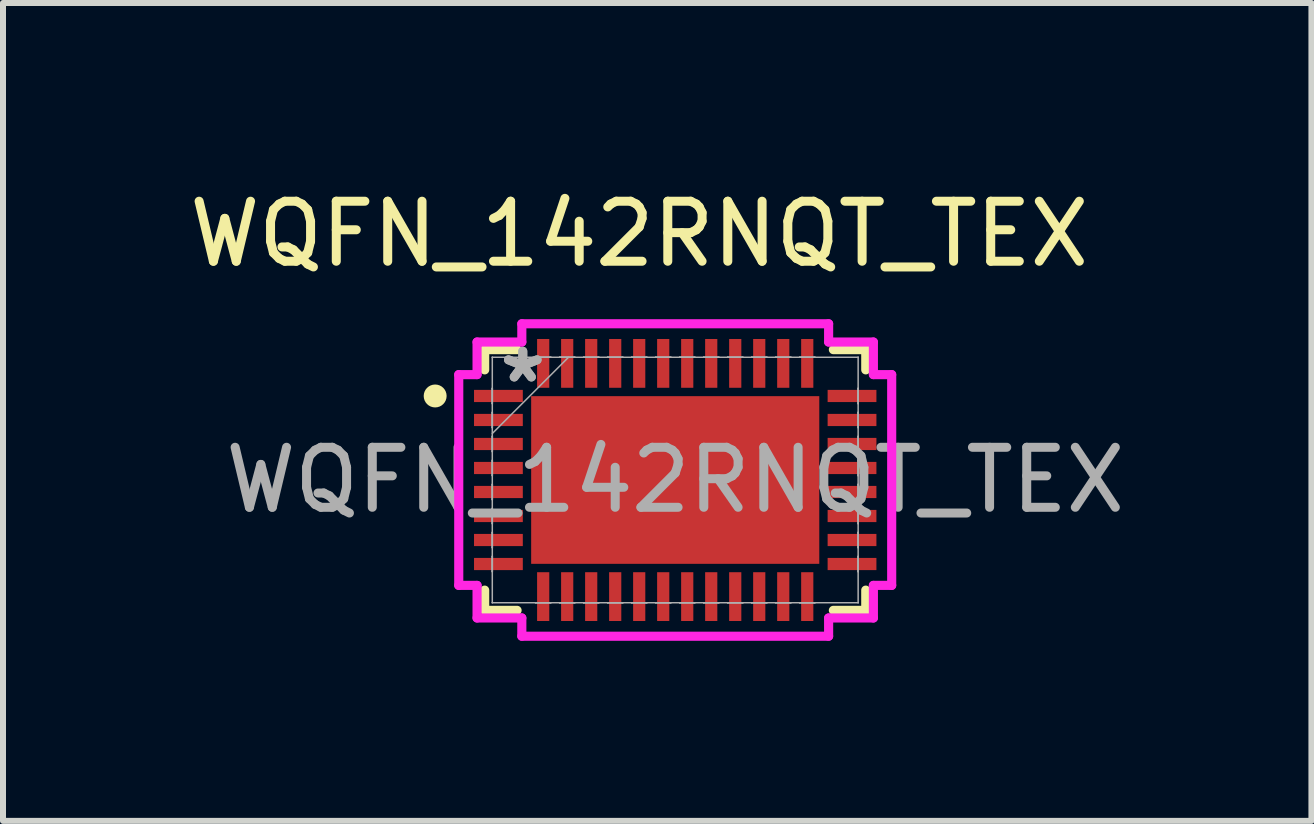
<source format=kicad_pcb>
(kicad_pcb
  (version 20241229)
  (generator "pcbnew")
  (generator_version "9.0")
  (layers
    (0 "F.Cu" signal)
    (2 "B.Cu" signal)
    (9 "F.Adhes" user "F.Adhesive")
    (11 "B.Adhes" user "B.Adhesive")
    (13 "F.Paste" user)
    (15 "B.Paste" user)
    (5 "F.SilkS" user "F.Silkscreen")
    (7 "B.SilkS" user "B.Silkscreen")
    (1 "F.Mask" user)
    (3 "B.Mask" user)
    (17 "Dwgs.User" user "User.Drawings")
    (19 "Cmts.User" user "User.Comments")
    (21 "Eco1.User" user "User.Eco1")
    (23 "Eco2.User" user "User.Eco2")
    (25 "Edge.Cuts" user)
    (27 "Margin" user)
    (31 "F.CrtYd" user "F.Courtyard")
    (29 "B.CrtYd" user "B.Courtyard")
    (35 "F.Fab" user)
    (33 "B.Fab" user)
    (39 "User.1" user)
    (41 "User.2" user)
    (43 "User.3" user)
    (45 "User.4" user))
  (footprint "WQFN_142RNQT_TEX"
    (layer "F.Cu")
    (at 8.201 4.948)
    (property "Reference" "WQFN_142RNQT_TEX" (at -0.6 -4.1 0) (unlocked yes) (layer "F.SilkS") (effects (font (size 1 1) (thickness 0.15))))
    (attr smd)
    (fp_line (start -3.175 -2.172) (end -3.175 -1.835) (stroke (width 0.152) (type solid)) (layer "F.SilkS"))
    (fp_line (start -3.175 1.835) (end -3.175 2.172) (stroke (width 0.152) (type solid)) (layer "F.SilkS"))
    (fp_line (start -3.175 2.172) (end -2.635 2.172) (stroke (width 0.152) (type solid)) (layer "F.SilkS"))
    (fp_line (start -2.635 -2.172) (end -3.175 -2.172) (stroke (width 0.152) (type solid)) (layer "F.SilkS"))
    (fp_line (start 2.635 2.172) (end 3.175 2.172) (stroke (width 0.152) (type solid)) (layer "F.SilkS"))
    (fp_line (start 3.175 -2.172) (end 2.635 -2.172) (stroke (width 0.152) (type solid)) (layer "F.SilkS"))
    (fp_line (start 3.175 -1.835) (end 3.175 -2.172) (stroke (width 0.152) (type solid)) (layer "F.SilkS"))
    (fp_line (start 3.175 2.172) (end 3.175 1.835) (stroke (width 0.152) (type solid)) (layer "F.SilkS"))
    (fp_circle (center -4 -1.4) (end -3.859 -1.4) (stroke (width 0.1) (type solid)) (fill yes) (layer "F.SilkS"))
    (fp_poly (pts (xy -2.3 -1.297) (xy -2.3 -0.1) (xy -0.9 -0.1) (xy -0.9 -1.297)) (stroke (width 0) (type solid)) (fill yes) (layer "F.Paste"))
    (fp_poly (pts (xy -2.3 0.1) (xy -2.3 1.297) (xy -0.9 1.297) (xy -0.9 0.1)) (stroke (width 0) (type solid)) (fill yes) (layer "F.Paste"))
    (fp_poly (pts (xy -0.7 -1.297) (xy -0.7 -0.1) (xy 0.7 -0.1) (xy 0.7 -1.297)) (stroke (width 0) (type solid)) (fill yes) (layer "F.Paste"))
    (fp_poly (pts (xy -0.7 0.1) (xy -0.7 1.297) (xy 0.7 1.297) (xy 0.7 0.1)) (stroke (width 0) (type solid)) (fill yes) (layer "F.Paste"))
    (fp_poly (pts (xy 0.9 -1.297) (xy 0.9 -0.1) (xy 2.3 -0.1) (xy 2.3 -1.297)) (stroke (width 0) (type solid)) (fill yes) (layer "F.Paste"))
    (fp_poly (pts (xy 0.9 0.1) (xy 0.9 1.297) (xy 2.3 1.297) (xy 2.3 0.1)) (stroke (width 0) (type solid)) (fill yes) (layer "F.Paste"))
    (fp_line (start -3.607 -1.756) (end -3.302 -1.756) (stroke (width 0.152) (type solid)) (layer "F.CrtYd"))
    (fp_line (start -3.607 1.756) (end -3.607 -1.756) (stroke (width 0.152) (type solid)) (layer "F.CrtYd"))
    (fp_line (start -3.302 -2.299) (end -2.556 -2.299) (stroke (width 0.152) (type solid)) (layer "F.CrtYd"))
    (fp_line (start -3.302 -1.756) (end -3.302 -2.299) (stroke (width 0.152) (type solid)) (layer "F.CrtYd"))
    (fp_line (start -3.302 1.756) (end -3.607 1.756) (stroke (width 0.152) (type solid)) (layer "F.CrtYd"))
    (fp_line (start -3.302 2.299) (end -3.302 1.756) (stroke (width 0.152) (type solid)) (layer "F.CrtYd"))
    (fp_line (start -2.556 -2.603) (end 2.556 -2.603) (stroke (width 0.152) (type solid)) (layer "F.CrtYd"))
    (fp_line (start -2.556 -2.299) (end -2.556 -2.603) (stroke (width 0.152) (type solid)) (layer "F.CrtYd"))
    (fp_line (start -2.556 2.299) (end -3.302 2.299) (stroke (width 0.152) (type solid)) (layer "F.CrtYd"))
    (fp_line (start -2.556 2.603) (end -2.556 2.299) (stroke (width 0.152) (type solid)) (layer "F.CrtYd"))
    (fp_line (start 2.556 -2.603) (end 2.556 -2.299) (stroke (width 0.152) (type solid)) (layer "F.CrtYd"))
    (fp_line (start 2.556 -2.299) (end 3.302 -2.299) (stroke (width 0.152) (type solid)) (layer "F.CrtYd"))
    (fp_line (start 2.556 2.299) (end 2.556 2.603) (stroke (width 0.152) (type solid)) (layer "F.CrtYd"))
    (fp_line (start 2.556 2.603) (end -2.556 2.603) (stroke (width 0.152) (type solid)) (layer "F.CrtYd"))
    (fp_line (start 3.302 -2.299) (end 3.302 -1.756) (stroke (width 0.152) (type solid)) (layer "F.CrtYd"))
    (fp_line (start 3.302 -1.756) (end 3.607 -1.756) (stroke (width 0.152) (type solid)) (layer "F.CrtYd"))
    (fp_line (start 3.302 1.756) (end 3.302 2.299) (stroke (width 0.152) (type solid)) (layer "F.CrtYd"))
    (fp_line (start 3.302 2.299) (end 2.556 2.299) (stroke (width 0.152) (type solid)) (layer "F.CrtYd"))
    (fp_line (start 3.607 -1.756) (end 3.607 1.756) (stroke (width 0.152) (type solid)) (layer "F.CrtYd"))
    (fp_line (start 3.607 1.756) (end 3.302 1.756) (stroke (width 0.152) (type solid)) (layer "F.CrtYd"))
    (fp_line (start -3.048 -2.045) (end -3.048 -2.045) (stroke (width 0.025) (type solid)) (layer "F.Fab"))
    (fp_line (start -3.048 -2.045) (end -3.048 2.045) (stroke (width 0.025) (type solid)) (layer "F.Fab"))
    (fp_line (start -3.048 -1.527) (end -3.048 -1.527) (stroke (width 0.025) (type solid)) (layer "F.Fab"))
    (fp_line (start -3.048 -1.527) (end -3.048 -1.273) (stroke (width 0.025) (type solid)) (layer "F.Fab"))
    (fp_line (start -3.048 -1.273) (end -3.048 -1.527) (stroke (width 0.025) (type solid)) (layer "F.Fab"))
    (fp_line (start -3.048 -1.273) (end -3.048 -1.273) (stroke (width 0.025) (type solid)) (layer "F.Fab"))
    (fp_line (start -3.048 -1.127) (end -3.048 -1.127) (stroke (width 0.025) (type solid)) (layer "F.Fab"))
    (fp_line (start -3.048 -1.127) (end -3.048 -0.873) (stroke (width 0.025) (type solid)) (layer "F.Fab"))
    (fp_line (start -3.048 -0.873) (end -3.048 -1.127) (stroke (width 0.025) (type solid)) (layer "F.Fab"))
    (fp_line (start -3.048 -0.873) (end -3.048 -0.873) (stroke (width 0.025) (type solid)) (layer "F.Fab"))
    (fp_line (start -3.048 -0.775) (end -1.778 -2.045) (stroke (width 0.025) (type solid)) (layer "F.Fab"))
    (fp_line (start -3.048 -0.727) (end -3.048 -0.727) (stroke (width 0.025) (type solid)) (layer "F.Fab"))
    (fp_line (start -3.048 -0.727) (end -3.048 -0.473) (stroke (width 0.025) (type solid)) (layer "F.Fab"))
    (fp_line (start -3.048 -0.473) (end -3.048 -0.727) (stroke (width 0.025) (type solid)) (layer "F.Fab"))
    (fp_line (start -3.048 -0.473) (end -3.048 -0.473) (stroke (width 0.025) (type solid)) (layer "F.Fab"))
    (fp_line (start -3.048 -0.327) (end -3.048 -0.327) (stroke (width 0.025) (type solid)) (layer "F.Fab"))
    (fp_line (start -3.048 -0.327) (end -3.048 -0.073) (stroke (width 0.025) (type solid)) (layer "F.Fab"))
    (fp_line (start -3.048 -0.073) (end -3.048 -0.327) (stroke (width 0.025) (type solid)) (layer "F.Fab"))
    (fp_line (start -3.048 -0.073) (end -3.048 -0.073) (stroke (width 0.025) (type solid)) (layer "F.Fab"))
    (fp_line (start -3.048 0.073) (end -3.048 0.073) (stroke (width 0.025) (type solid)) (layer "F.Fab"))
    (fp_line (start -3.048 0.073) (end -3.048 0.327) (stroke (width 0.025) (type solid)) (layer "F.Fab"))
    (fp_line (start -3.048 0.327) (end -3.048 0.073) (stroke (width 0.025) (type solid)) (layer "F.Fab"))
    (fp_line (start -3.048 0.327) (end -3.048 0.327) (stroke (width 0.025) (type solid)) (layer "F.Fab"))
    (fp_line (start -3.048 0.473) (end -3.048 0.473) (stroke (width 0.025) (type solid)) (layer "F.Fab"))
    (fp_line (start -3.048 0.473) (end -3.048 0.727) (stroke (width 0.025) (type solid)) (layer "F.Fab"))
    (fp_line (start -3.048 0.727) (end -3.048 0.473) (stroke (width 0.025) (type solid)) (layer "F.Fab"))
    (fp_line (start -3.048 0.727) (end -3.048 0.727) (stroke (width 0.025) (type solid)) (layer "F.Fab"))
    (fp_line (start -3.048 0.873) (end -3.048 0.873) (stroke (width 0.025) (type solid)) (layer "F.Fab"))
    (fp_line (start -3.048 0.873) (end -3.048 1.127) (stroke (width 0.025) (type solid)) (layer "F.Fab"))
    (fp_line (start -3.048 1.127) (end -3.048 0.873) (stroke (width 0.025) (type solid)) (layer "F.Fab"))
    (fp_line (start -3.048 1.127) (end -3.048 1.127) (stroke (width 0.025) (type solid)) (layer "F.Fab"))
    (fp_line (start -3.048 1.273) (end -3.048 1.273) (stroke (width 0.025) (type solid)) (layer "F.Fab"))
    (fp_line (start -3.048 1.273) (end -3.048 1.527) (stroke (width 0.025) (type solid)) (layer "F.Fab"))
    (fp_line (start -3.048 1.527) (end -3.048 1.273) (stroke (width 0.025) (type solid)) (layer "F.Fab"))
    (fp_line (start -3.048 1.527) (end -3.048 1.527) (stroke (width 0.025) (type solid)) (layer "F.Fab"))
    (fp_line (start -3.048 2.045) (end -3.048 2.045) (stroke (width 0.025) (type solid)) (layer "F.Fab"))
    (fp_line (start -3.048 2.045) (end 3.048 2.045) (stroke (width 0.025) (type solid)) (layer "F.Fab"))
    (fp_line (start -2.327 -2.045) (end -2.327 -2.045) (stroke (width 0.025) (type solid)) (layer "F.Fab"))
    (fp_line (start -2.327 -2.045) (end -2.073 -2.045) (stroke (width 0.025) (type solid)) (layer "F.Fab"))
    (fp_line (start -2.327 2.045) (end -2.327 2.045) (stroke (width 0.025) (type solid)) (layer "F.Fab"))
    (fp_line (start -2.327 2.045) (end -2.073 2.045) (stroke (width 0.025) (type solid)) (layer "F.Fab"))
    (fp_line (start -2.073 -2.045) (end -2.327 -2.045) (stroke (width 0.025) (type solid)) (layer "F.Fab"))
    (fp_line (start -2.073 -2.045) (end -2.073 -2.045) (stroke (width 0.025) (type solid)) (layer "F.Fab"))
    (fp_line (start -2.073 2.045) (end -2.327 2.045) (stroke (width 0.025) (type solid)) (layer "F.Fab"))
    (fp_line (start -2.073 2.045) (end -2.073 2.045) (stroke (width 0.025) (type solid)) (layer "F.Fab"))
    (fp_line (start -1.927 -2.045) (end -1.927 -2.045) (stroke (width 0.025) (type solid)) (layer "F.Fab"))
    (fp_line (start -1.927 -2.045) (end -1.673 -2.045) (stroke (width 0.025) (type solid)) (layer "F.Fab"))
    (fp_line (start -1.927 2.045) (end -1.927 2.045) (stroke (width 0.025) (type solid)) (layer "F.Fab"))
    (fp_line (start -1.927 2.045) (end -1.673 2.045) (stroke (width 0.025) (type solid)) (layer "F.Fab"))
    (fp_line (start -1.673 -2.045) (end -1.927 -2.045) (stroke (width 0.025) (type solid)) (layer "F.Fab"))
    (fp_line (start -1.673 -2.045) (end -1.673 -2.045) (stroke (width 0.025) (type solid)) (layer "F.Fab"))
    (fp_line (start -1.673 2.045) (end -1.927 2.045) (stroke (width 0.025) (type solid)) (layer "F.Fab"))
    (fp_line (start -1.673 2.045) (end -1.673 2.045) (stroke (width 0.025) (type solid)) (layer "F.Fab"))
    (fp_line (start -1.527 -2.045) (end -1.527 -2.045) (stroke (width 0.025) (type solid)) (layer "F.Fab"))
    (fp_line (start -1.527 -2.045) (end -1.273 -2.045) (stroke (width 0.025) (type solid)) (layer "F.Fab"))
    (fp_line (start -1.527 2.045) (end -1.527 2.045) (stroke (width 0.025) (type solid)) (layer "F.Fab"))
    (fp_line (start -1.527 2.045) (end -1.273 2.045) (stroke (width 0.025) (type solid)) (layer "F.Fab"))
    (fp_line (start -1.273 -2.045) (end -1.527 -2.045) (stroke (width 0.025) (type solid)) (layer "F.Fab"))
    (fp_line (start -1.273 -2.045) (end -1.273 -2.045) (stroke (width 0.025) (type solid)) (layer "F.Fab"))
    (fp_line (start -1.273 2.045) (end -1.527 2.045) (stroke (width 0.025) (type solid)) (layer "F.Fab"))
    (fp_line (start -1.273 2.045) (end -1.273 2.045) (stroke (width 0.025) (type solid)) (layer "F.Fab"))
    (fp_line (start -1.127 -2.045) (end -1.127 -2.045) (stroke (width 0.025) (type solid)) (layer "F.Fab"))
    (fp_line (start -1.127 -2.045) (end -0.873 -2.045) (stroke (width 0.025) (type solid)) (layer "F.Fab"))
    (fp_line (start -1.127 2.045) (end -1.127 2.045) (stroke (width 0.025) (type solid)) (layer "F.Fab"))
    (fp_line (start -1.127 2.045) (end -0.873 2.045) (stroke (width 0.025) (type solid)) (layer "F.Fab"))
    (fp_line (start -0.873 -2.045) (end -1.127 -2.045) (stroke (width 0.025) (type solid)) (layer "F.Fab"))
    (fp_line (start -0.873 -2.045) (end -0.873 -2.045) (stroke (width 0.025) (type solid)) (layer "F.Fab"))
    (fp_line (start -0.873 2.045) (end -1.127 2.045) (stroke (width 0.025) (type solid)) (layer "F.Fab"))
    (fp_line (start -0.873 2.045) (end -0.873 2.045) (stroke (width 0.025) (type solid)) (layer "F.Fab"))
    (fp_line (start -0.727 -2.045) (end -0.727 -2.045) (stroke (width 0.025) (type solid)) (layer "F.Fab"))
    (fp_line (start -0.727 -2.045) (end -0.473 -2.045) (stroke (width 0.025) (type solid)) (layer "F.Fab"))
    (fp_line (start -0.727 2.045) (end -0.727 2.045) (stroke (width 0.025) (type solid)) (layer "F.Fab"))
    (fp_line (start -0.727 2.045) (end -0.473 2.045) (stroke (width 0.025) (type solid)) (layer "F.Fab"))
    (fp_line (start -0.473 -2.045) (end -0.727 -2.045) (stroke (width 0.025) (type solid)) (layer "F.Fab"))
    (fp_line (start -0.473 -2.045) (end -0.473 -2.045) (stroke (width 0.025) (type solid)) (layer "F.Fab"))
    (fp_line (start -0.473 2.045) (end -0.727 2.045) (stroke (width 0.025) (type solid)) (layer "F.Fab"))
    (fp_line (start -0.473 2.045) (end -0.473 2.045) (stroke (width 0.025) (type solid)) (layer "F.Fab"))
    (fp_line (start -0.327 -2.045) (end -0.327 -2.045) (stroke (width 0.025) (type solid)) (layer "F.Fab"))
    (fp_line (start -0.327 -2.045) (end -0.073 -2.045) (stroke (width 0.025) (type solid)) (layer "F.Fab"))
    (fp_line (start -0.327 2.045) (end -0.327 2.045) (stroke (width 0.025) (type solid)) (layer "F.Fab"))
    (fp_line (start -0.327 2.045) (end -0.073 2.045) (stroke (width 0.025) (type solid)) (layer "F.Fab"))
    (fp_line (start -0.073 -2.045) (end -0.327 -2.045) (stroke (width 0.025) (type solid)) (layer "F.Fab"))
    (fp_line (start -0.073 -2.045) (end -0.073 -2.045) (stroke (width 0.025) (type solid)) (layer "F.Fab"))
    (fp_line (start -0.073 2.045) (end -0.327 2.045) (stroke (width 0.025) (type solid)) (layer "F.Fab"))
    (fp_line (start -0.073 2.045) (end -0.073 2.045) (stroke (width 0.025) (type solid)) (layer "F.Fab"))
    (fp_line (start 0.073 -2.045) (end 0.073 -2.045) (stroke (width 0.025) (type solid)) (layer "F.Fab"))
    (fp_line (start 0.073 -2.045) (end 0.327 -2.045) (stroke (width 0.025) (type solid)) (layer "F.Fab"))
    (fp_line (start 0.073 2.045) (end 0.073 2.045) (stroke (width 0.025) (type solid)) (layer "F.Fab"))
    (fp_line (start 0.073 2.045) (end 0.327 2.045) (stroke (width 0.025) (type solid)) (layer "F.Fab"))
    (fp_line (start 0.327 -2.045) (end 0.073 -2.045) (stroke (width 0.025) (type solid)) (layer "F.Fab"))
    (fp_line (start 0.327 -2.045) (end 0.327 -2.045) (stroke (width 0.025) (type solid)) (layer "F.Fab"))
    (fp_line (start 0.327 2.045) (end 0.073 2.045) (stroke (width 0.025) (type solid)) (layer "F.Fab"))
    (fp_line (start 0.327 2.045) (end 0.327 2.045) (stroke (width 0.025) (type solid)) (layer "F.Fab"))
    (fp_line (start 0.473 -2.045) (end 0.473 -2.045) (stroke (width 0.025) (type solid)) (layer "F.Fab"))
    (fp_line (start 0.473 -2.045) (end 0.727 -2.045) (stroke (width 0.025) (type solid)) (layer "F.Fab"))
    (fp_line (start 0.473 2.045) (end 0.473 2.045) (stroke (width 0.025) (type solid)) (layer "F.Fab"))
    (fp_line (start 0.473 2.045) (end 0.727 2.045) (stroke (width 0.025) (type solid)) (layer "F.Fab"))
    (fp_line (start 0.727 -2.045) (end 0.473 -2.045) (stroke (width 0.025) (type solid)) (layer "F.Fab"))
    (fp_line (start 0.727 -2.045) (end 0.727 -2.045) (stroke (width 0.025) (type solid)) (layer "F.Fab"))
    (fp_line (start 0.727 2.045) (end 0.473 2.045) (stroke (width 0.025) (type solid)) (layer "F.Fab"))
    (fp_line (start 0.727 2.045) (end 0.727 2.045) (stroke (width 0.025) (type solid)) (layer "F.Fab"))
    (fp_line (start 0.873 -2.045) (end 0.873 -2.045) (stroke (width 0.025) (type solid)) (layer "F.Fab"))
    (fp_line (start 0.873 -2.045) (end 1.127 -2.045) (stroke (width 0.025) (type solid)) (layer "F.Fab"))
    (fp_line (start 0.873 2.045) (end 0.873 2.045) (stroke (width 0.025) (type solid)) (layer "F.Fab"))
    (fp_line (start 0.873 2.045) (end 1.127 2.045) (stroke (width 0.025) (type solid)) (layer "F.Fab"))
    (fp_line (start 1.127 -2.045) (end 0.873 -2.045) (stroke (width 0.025) (type solid)) (layer "F.Fab"))
    (fp_line (start 1.127 -2.045) (end 1.127 -2.045) (stroke (width 0.025) (type solid)) (layer "F.Fab"))
    (fp_line (start 1.127 2.045) (end 0.873 2.045) (stroke (width 0.025) (type solid)) (layer "F.Fab"))
    (fp_line (start 1.127 2.045) (end 1.127 2.045) (stroke (width 0.025) (type solid)) (layer "F.Fab"))
    (fp_line (start 1.273 -2.045) (end 1.273 -2.045) (stroke (width 0.025) (type solid)) (layer "F.Fab"))
    (fp_line (start 1.273 -2.045) (end 1.527 -2.045) (stroke (width 0.025) (type solid)) (layer "F.Fab"))
    (fp_line (start 1.273 2.045) (end 1.273 2.045) (stroke (width 0.025) (type solid)) (layer "F.Fab"))
    (fp_line (start 1.273 2.045) (end 1.527 2.045) (stroke (width 0.025) (type solid)) (layer "F.Fab"))
    (fp_line (start 1.527 -2.045) (end 1.273 -2.045) (stroke (width 0.025) (type solid)) (layer "F.Fab"))
    (fp_line (start 1.527 -2.045) (end 1.527 -2.045) (stroke (width 0.025) (type solid)) (layer "F.Fab"))
    (fp_line (start 1.527 2.045) (end 1.273 2.045) (stroke (width 0.025) (type solid)) (layer "F.Fab"))
    (fp_line (start 1.527 2.045) (end 1.527 2.045) (stroke (width 0.025) (type solid)) (layer "F.Fab"))
    (fp_line (start 1.673 -2.045) (end 1.673 -2.045) (stroke (width 0.025) (type solid)) (layer "F.Fab"))
    (fp_line (start 1.673 -2.045) (end 1.927 -2.045) (stroke (width 0.025) (type solid)) (layer "F.Fab"))
    (fp_line (start 1.673 2.045) (end 1.673 2.045) (stroke (width 0.025) (type solid)) (layer "F.Fab"))
    (fp_line (start 1.673 2.045) (end 1.927 2.045) (stroke (width 0.025) (type solid)) (layer "F.Fab"))
    (fp_line (start 1.927 -2.045) (end 1.673 -2.045) (stroke (width 0.025) (type solid)) (layer "F.Fab"))
    (fp_line (start 1.927 -2.045) (end 1.927 -2.045) (stroke (width 0.025) (type solid)) (layer "F.Fab"))
    (fp_line (start 1.927 2.045) (end 1.673 2.045) (stroke (width 0.025) (type solid)) (layer "F.Fab"))
    (fp_line (start 1.927 2.045) (end 1.927 2.045) (stroke (width 0.025) (type solid)) (layer "F.Fab"))
    (fp_line (start 2.073 -2.045) (end 2.073 -2.045) (stroke (width 0.025) (type solid)) (layer "F.Fab"))
    (fp_line (start 2.073 -2.045) (end 2.327 -2.045) (stroke (width 0.025) (type solid)) (layer "F.Fab"))
    (fp_line (start 2.073 2.045) (end 2.073 2.045) (stroke (width 0.025) (type solid)) (layer "F.Fab"))
    (fp_line (start 2.073 2.045) (end 2.327 2.045) (stroke (width 0.025) (type solid)) (layer "F.Fab"))
    (fp_line (start 2.327 -2.045) (end 2.073 -2.045) (stroke (width 0.025) (type solid)) (layer "F.Fab"))
    (fp_line (start 2.327 -2.045) (end 2.327 -2.045) (stroke (width 0.025) (type solid)) (layer "F.Fab"))
    (fp_line (start 2.327 2.045) (end 2.073 2.045) (stroke (width 0.025) (type solid)) (layer "F.Fab"))
    (fp_line (start 2.327 2.045) (end 2.327 2.045) (stroke (width 0.025) (type solid)) (layer "F.Fab"))
    (fp_line (start 3.048 -2.045) (end -3.048 -2.045) (stroke (width 0.025) (type solid)) (layer "F.Fab"))
    (fp_line (start 3.048 -2.045) (end 3.048 -2.045) (stroke (width 0.025) (type solid)) (layer "F.Fab"))
    (fp_line (start 3.048 -1.527) (end 3.048 -1.527) (stroke (width 0.025) (type solid)) (layer "F.Fab"))
    (fp_line (start 3.048 -1.527) (end 3.048 -1.273) (stroke (width 0.025) (type solid)) (layer "F.Fab"))
    (fp_line (start 3.048 -1.273) (end 3.048 -1.527) (stroke (width 0.025) (type solid)) (layer "F.Fab"))
    (fp_line (start 3.048 -1.273) (end 3.048 -1.273) (stroke (width 0.025) (type solid)) (layer "F.Fab"))
    (fp_line (start 3.048 -1.127) (end 3.048 -1.127) (stroke (width 0.025) (type solid)) (layer "F.Fab"))
    (fp_line (start 3.048 -1.127) (end 3.048 -0.873) (stroke (width 0.025) (type solid)) (layer "F.Fab"))
    (fp_line (start 3.048 -0.873) (end 3.048 -1.127) (stroke (width 0.025) (type solid)) (layer "F.Fab"))
    (fp_line (start 3.048 -0.873) (end 3.048 -0.873) (stroke (width 0.025) (type solid)) (layer "F.Fab"))
    (fp_line (start 3.048 -0.727) (end 3.048 -0.727) (stroke (width 0.025) (type solid)) (layer "F.Fab"))
    (fp_line (start 3.048 -0.727) (end 3.048 -0.473) (stroke (width 0.025) (type solid)) (layer "F.Fab"))
    (fp_line (start 3.048 -0.473) (end 3.048 -0.727) (stroke (width 0.025) (type solid)) (layer "F.Fab"))
    (fp_line (start 3.048 -0.473) (end 3.048 -0.473) (stroke (width 0.025) (type solid)) (layer "F.Fab"))
    (fp_line (start 3.048 -0.327) (end 3.048 -0.327) (stroke (width 0.025) (type solid)) (layer "F.Fab"))
    (fp_line (start 3.048 -0.327) (end 3.048 -0.073) (stroke (width 0.025) (type solid)) (layer "F.Fab"))
    (fp_line (start 3.048 -0.073) (end 3.048 -0.327) (stroke (width 0.025) (type solid)) (layer "F.Fab"))
    (fp_line (start 3.048 -0.073) (end 3.048 -0.073) (stroke (width 0.025) (type solid)) (layer "F.Fab"))
    (fp_line (start 3.048 0.073) (end 3.048 0.073) (stroke (width 0.025) (type solid)) (layer "F.Fab"))
    (fp_line (start 3.048 0.073) (end 3.048 0.327) (stroke (width 0.025) (type solid)) (layer "F.Fab"))
    (fp_line (start 3.048 0.327) (end 3.048 0.073) (stroke (width 0.025) (type solid)) (layer "F.Fab"))
    (fp_line (start 3.048 0.327) (end 3.048 0.327) (stroke (width 0.025) (type solid)) (layer "F.Fab"))
    (fp_line (start 3.048 0.473) (end 3.048 0.473) (stroke (width 0.025) (type solid)) (layer "F.Fab"))
    (fp_line (start 3.048 0.473) (end 3.048 0.727) (stroke (width 0.025) (type solid)) (layer "F.Fab"))
    (fp_line (start 3.048 0.727) (end 3.048 0.473) (stroke (width 0.025) (type solid)) (layer "F.Fab"))
    (fp_line (start 3.048 0.727) (end 3.048 0.727) (stroke (width 0.025) (type solid)) (layer "F.Fab"))
    (fp_line (start 3.048 0.873) (end 3.048 0.873) (stroke (width 0.025) (type solid)) (layer "F.Fab"))
    (fp_line (start 3.048 0.873) (end 3.048 1.127) (stroke (width 0.025) (type solid)) (layer "F.Fab"))
    (fp_line (start 3.048 1.127) (end 3.048 0.873) (stroke (width 0.025) (type solid)) (layer "F.Fab"))
    (fp_line (start 3.048 1.127) (end 3.048 1.127) (stroke (width 0.025) (type solid)) (layer "F.Fab"))
    (fp_line (start 3.048 1.273) (end 3.048 1.273) (stroke (width 0.025) (type solid)) (layer "F.Fab"))
    (fp_line (start 3.048 1.273) (end 3.048 1.527) (stroke (width 0.025) (type solid)) (layer "F.Fab"))
    (fp_line (start 3.048 1.527) (end 3.048 1.273) (stroke (width 0.025) (type solid)) (layer "F.Fab"))
    (fp_line (start 3.048 1.527) (end 3.048 1.527) (stroke (width 0.025) (type solid)) (layer "F.Fab"))
    (fp_line (start 3.048 2.045) (end 3.048 -2.045) (stroke (width 0.025) (type solid)) (layer "F.Fab"))
    (fp_line (start 3.048 2.045) (end 3.048 2.045) (stroke (width 0.025) (type solid)) (layer "F.Fab"))
    (fp_text user "*" (at -2.54 -1.6 0) (unlocked yes) (layer "F.Fab") (effects (font (size 1 1) (thickness 0.15))))
    (fp_text user "*" (at -2.54 -1.6 0) (layer "F.Fab") (effects (font (size 1 1) (thickness 0.15))))
    (fp_text user "${REFERENCE}" (at 0 0 0) (unlocked yes) (layer "F.Fab") (effects (font (size 1 1) (thickness 0.15))))
    (pad "1" smd rect (at -2.946 -1.4 90) (size 0.203 0.813) (layers "F.Cu" "F.Mask" "F.Paste"))
    (pad "2" smd rect (at -2.946 -1 90) (size 0.203 0.813) (layers "F.Cu" "F.Mask" "F.Paste"))
    (pad "3" smd rect (at -2.946 -0.6 90) (size 0.203 0.813) (layers "F.Cu" "F.Mask" "F.Paste"))
    (pad "4" smd rect (at -2.946 -0.2 90) (size 0.203 0.813) (layers "F.Cu" "F.Mask" "F.Paste"))
    (pad "5" smd rect (at -2.946 0.2 90) (size 0.203 0.813) (layers "F.Cu" "F.Mask" "F.Paste"))
    (pad "6" smd rect (at -2.946 0.6 90) (size 0.203 0.813) (layers "F.Cu" "F.Mask" "F.Paste"))
    (pad "7" smd rect (at -2.946 1 90) (size 0.203 0.813) (layers "F.Cu" "F.Mask" "F.Paste"))
    (pad "8" smd rect (at -2.946 1.4 90) (size 0.203 0.813) (layers "F.Cu" "F.Mask" "F.Paste"))
    (pad "9" smd rect (at -2.2 1.943) (size 0.203 0.813) (layers "F.Cu" "F.Mask" "F.Paste"))
    (pad "10" smd rect (at -1.8 1.943) (size 0.203 0.813) (layers "F.Cu" "F.Mask" "F.Paste"))
    (pad "11" smd rect (at -1.4 1.943) (size 0.203 0.813) (layers "F.Cu" "F.Mask" "F.Paste"))
    (pad "12" smd rect (at -1 1.943) (size 0.203 0.813) (layers "F.Cu" "F.Mask" "F.Paste"))
    (pad "13" smd rect (at -0.6 1.943) (size 0.203 0.813) (layers "F.Cu" "F.Mask" "F.Paste"))
    (pad "14" smd rect (at -0.2 1.943) (size 0.203 0.813) (layers "F.Cu" "F.Mask" "F.Paste"))
    (pad "15" smd rect (at 0.2 1.943) (size 0.203 0.813) (layers "F.Cu" "F.Mask" "F.Paste"))
    (pad "16" smd rect (at 0.6 1.943) (size 0.203 0.813) (layers "F.Cu" "F.Mask" "F.Paste"))
    (pad "17" smd rect (at 1 1.943) (size 0.203 0.813) (layers "F.Cu" "F.Mask" "F.Paste"))
    (pad "18" smd rect (at 1.4 1.943) (size 0.203 0.813) (layers "F.Cu" "F.Mask" "F.Paste"))
    (pad "19" smd rect (at 1.8 1.943) (size 0.203 0.813) (layers "F.Cu" "F.Mask" "F.Paste"))
    (pad "20" smd rect (at 2.2 1.943) (size 0.203 0.813) (layers "F.Cu" "F.Mask" "F.Paste"))
    (pad "21" smd rect (at 2.946 1.4 90) (size 0.203 0.813) (layers "F.Cu" "F.Mask" "F.Paste"))
    (pad "22" smd rect (at 2.946 1 90) (size 0.203 0.813) (layers "F.Cu" "F.Mask" "F.Paste"))
    (pad "23" smd rect (at 2.946 0.6 90) (size 0.203 0.813) (layers "F.Cu" "F.Mask" "F.Paste"))
    (pad "24" smd rect (at 2.946 0.2 90) (size 0.203 0.813) (layers "F.Cu" "F.Mask" "F.Paste"))
    (pad "25" smd rect (at 2.946 -0.2 90) (size 0.203 0.813) (layers "F.Cu" "F.Mask" "F.Paste"))
    (pad "26" smd rect (at 2.946 -0.6 90) (size 0.203 0.813) (layers "F.Cu" "F.Mask" "F.Paste"))
    (pad "27" smd rect (at 2.946 -1 90) (size 0.203 0.813) (layers "F.Cu" "F.Mask" "F.Paste"))
    (pad "28" smd rect (at 2.946 -1.4 90) (size 0.203 0.813) (layers "F.Cu" "F.Mask" "F.Paste"))
    (pad "29" smd rect (at 2.2 -1.943) (size 0.203 0.813) (layers "F.Cu" "F.Mask" "F.Paste"))
    (pad "30" smd rect (at 1.8 -1.943) (size 0.203 0.813) (layers "F.Cu" "F.Mask" "F.Paste"))
    (pad "31" smd rect (at 1.4 -1.943) (size 0.203 0.813) (layers "F.Cu" "F.Mask" "F.Paste"))
    (pad "32" smd rect (at 1 -1.943) (size 0.203 0.813) (layers "F.Cu" "F.Mask" "F.Paste"))
    (pad "33" smd rect (at 0.6 -1.943) (size 0.203 0.813) (layers "F.Cu" "F.Mask" "F.Paste"))
    (pad "34" smd rect (at 0.2 -1.943) (size 0.203 0.813) (layers "F.Cu" "F.Mask" "F.Paste"))
    (pad "35" smd rect (at -0.2 -1.943) (size 0.203 0.813) (layers "F.Cu" "F.Mask" "F.Paste"))
    (pad "36" smd rect (at -0.6 -1.943) (size 0.203 0.813) (layers "F.Cu" "F.Mask" "F.Paste"))
    (pad "37" smd rect (at -1 -1.943) (size 0.203 0.813) (layers "F.Cu" "F.Mask" "F.Paste"))
    (pad "38" smd rect (at -1.4 -1.943) (size 0.203 0.813) (layers "F.Cu" "F.Mask" "F.Paste"))
    (pad "39" smd rect (at -1.8 -1.943) (size 0.203 0.813) (layers "F.Cu" "F.Mask" "F.Paste"))
    (pad "40" smd rect (at -2.2 -1.943) (size 0.203 0.813) (layers "F.Cu" "F.Mask" "F.Paste"))
    (pad "41" smd rect (at 0 0) (size 4.801 2.794) (layers "F.Cu" "F.Mask" "F.Paste")))
  (gr_rect
    (start -3 -3)
    (end 18.802 10.628)
    (stroke (width 0.1) (type default))
    (fill no)
    (layer "Edge.Cuts")))
</source>
